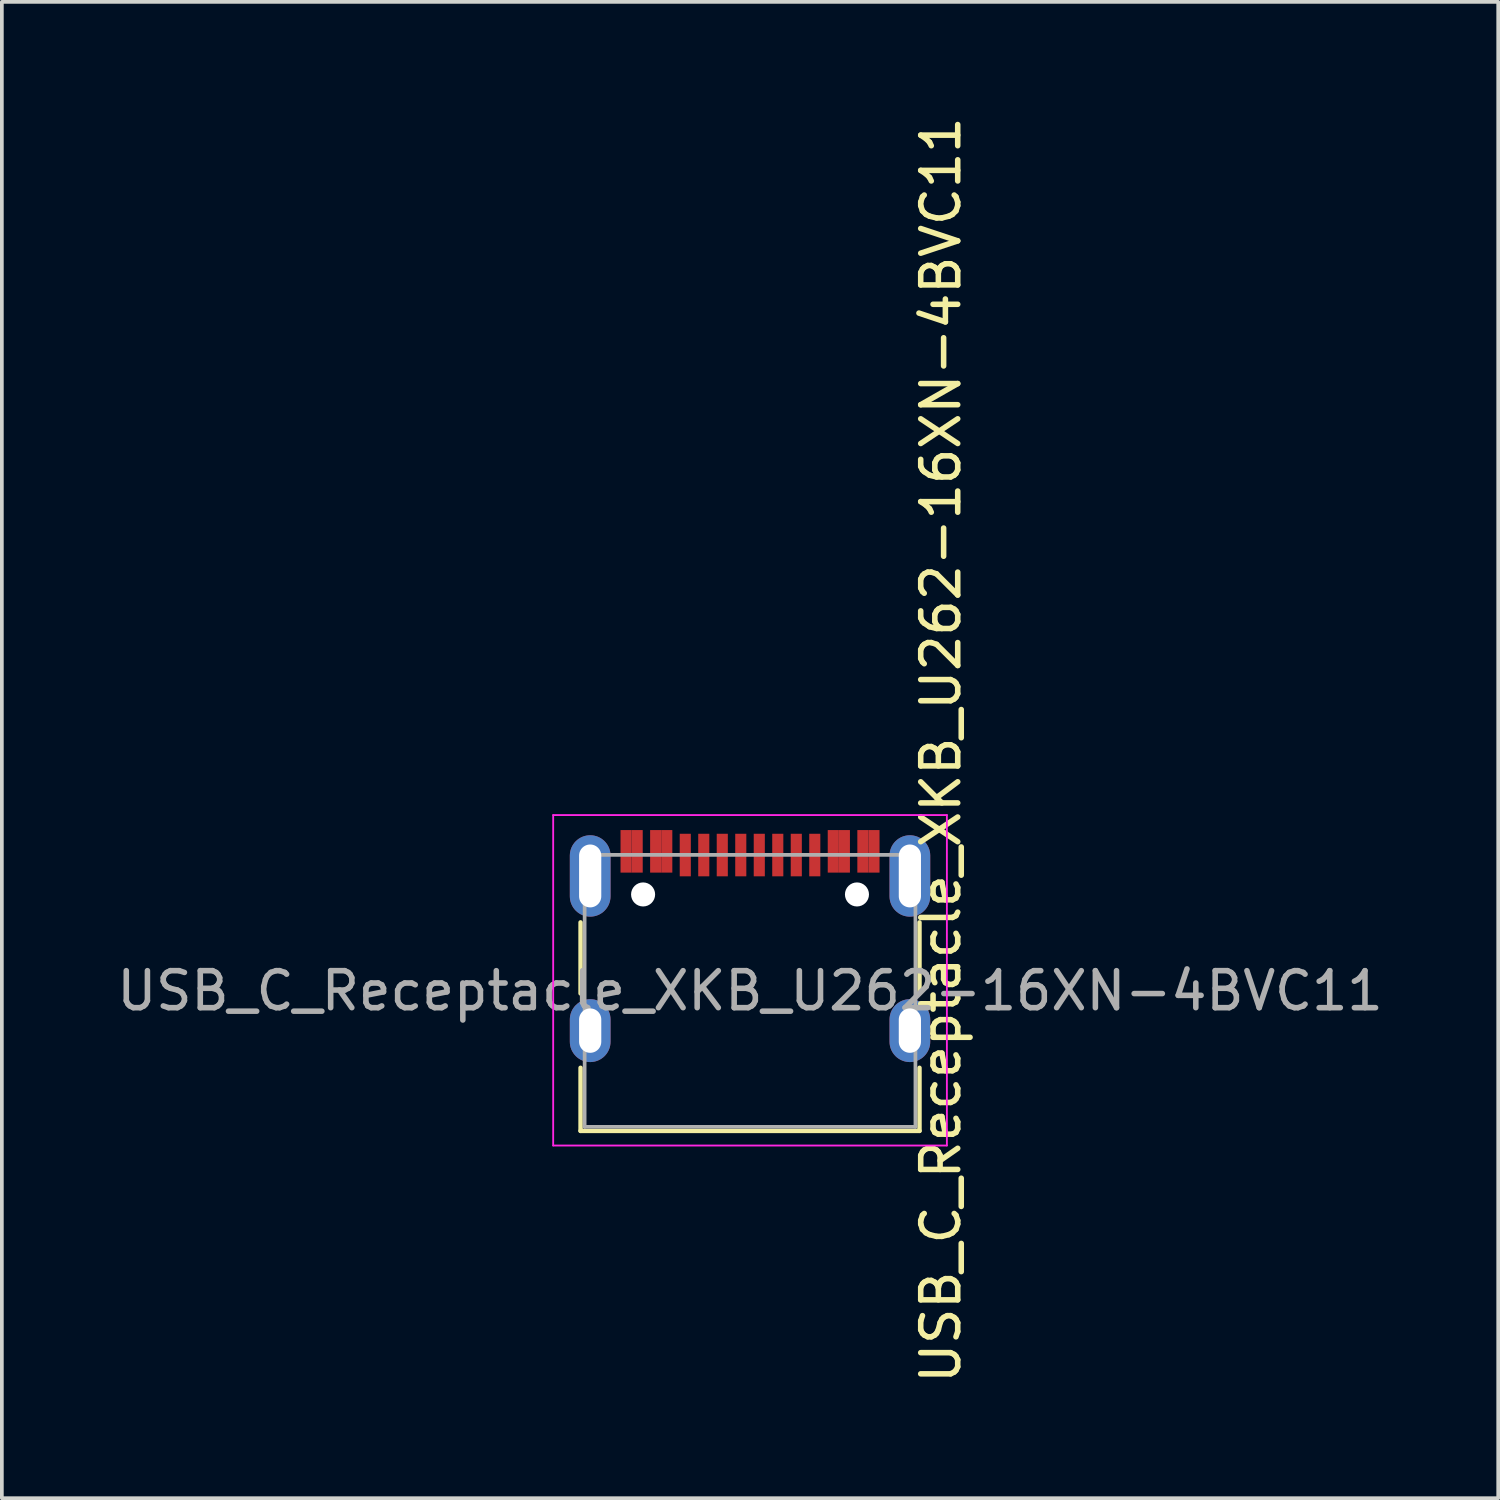
<source format=kicad_pcb>
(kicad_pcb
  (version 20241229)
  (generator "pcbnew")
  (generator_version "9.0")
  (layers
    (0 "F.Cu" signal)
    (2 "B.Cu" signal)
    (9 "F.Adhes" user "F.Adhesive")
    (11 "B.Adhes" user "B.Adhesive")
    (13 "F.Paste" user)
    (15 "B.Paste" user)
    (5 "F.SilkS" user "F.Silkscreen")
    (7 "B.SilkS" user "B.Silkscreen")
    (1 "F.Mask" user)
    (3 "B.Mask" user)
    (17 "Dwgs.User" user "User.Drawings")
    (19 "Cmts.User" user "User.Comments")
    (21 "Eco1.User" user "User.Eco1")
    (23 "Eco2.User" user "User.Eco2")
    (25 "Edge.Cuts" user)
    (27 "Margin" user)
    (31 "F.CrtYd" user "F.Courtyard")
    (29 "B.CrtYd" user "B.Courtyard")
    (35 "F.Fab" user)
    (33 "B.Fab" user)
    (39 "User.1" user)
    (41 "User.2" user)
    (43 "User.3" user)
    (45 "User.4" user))
  (footprint "USB_C_Receptacle_XKB_U262-16XN-4BVC11"
    (layer "F.Cu")
    (at 17.22 23.728)
    (property "Reference" "USB_C_Receptacle_XKB_U262-16XN-4BVC11" (at 5.158 -6.507 90) (layer "F.SilkS") (effects (font (size 1 1) (thickness 0.15))))
    (attr smd)
    (fp_line (start -4.58 -1.85) (end -4.58 0.07) (stroke (width 0.12) (type solid)) (layer "F.SilkS"))
    (fp_line (start -4.58 3.785) (end -4.58 2.08) (stroke (width 0.12) (type solid)) (layer "F.SilkS"))
    (fp_line (start 4.58 0.07) (end 4.58 -1.85) (stroke (width 0.12) (type solid)) (layer "F.SilkS"))
    (fp_line (start 4.58 2.08) (end 4.58 3.785) (stroke (width 0.12) (type solid)) (layer "F.SilkS"))
    (fp_line (start 4.58 3.785) (end -4.58 3.785) (stroke (width 0.12) (type solid)) (layer "F.SilkS"))
    (fp_line (start -5.32 -4.75) (end 5.32 -4.75) (stroke (width 0.05) (type solid)) (layer "F.CrtYd"))
    (fp_line (start -5.32 4.18) (end -5.32 -4.75) (stroke (width 0.05) (type solid)) (layer "F.CrtYd"))
    (fp_line (start 5.32 -4.75) (end 5.32 4.18) (stroke (width 0.05) (type solid)) (layer "F.CrtYd"))
    (fp_line (start 5.32 4.18) (end -5.32 4.18) (stroke (width 0.05) (type solid)) (layer "F.CrtYd"))
    (fp_line (start -4.47 -3.675) (end -4.47 3.675) (stroke (width 0.1) (type solid)) (layer "F.Fab"))
    (fp_line (start -4.47 -3.675) (end 4.47 -3.675) (stroke (width 0.1) (type solid)) (layer "F.Fab"))
    (fp_line (start -4.47 3.675) (end 4.47 3.675) (stroke (width 0.1) (type solid)) (layer "F.Fab"))
    (fp_line (start 4.47 3.675) (end 4.47 -3.675) (stroke (width 0.1) (type solid)) (layer "F.Fab"))
    (fp_text user "${REFERENCE}" (at 0 0 0) (layer "F.Fab") (effects (font (size 1 1) (thickness 0.15))))
    (pad "" np_thru_hole circle (at -2.89 -2.605) (size 0.65 0.65) (drill 0.65) (layers "*.Cu" "*.Mask"))
    (pad "" np_thru_hole circle (at 2.89 -2.605) (size 0.65 0.65) (drill 0.65) (layers "*.Cu" "*.Mask"))
    (pad "A1" smd rect (at -3.35 -3.77) (size 0.3 1.15) (layers "F.Cu" "F.Mask" "F.Paste"))
    (pad "A4" smd rect (at -2.55 -3.77) (size 0.3 1.15) (layers "F.Cu" "F.Mask" "F.Paste"))
    (pad "A5" smd rect (at -1.25 -3.67) (size 0.3 1.15) (layers "F.Cu" "F.Mask" "F.Paste"))
    (pad "A6" smd rect (at -0.25 -3.67) (size 0.3 1.15) (layers "F.Cu" "F.Mask" "F.Paste"))
    (pad "A7" smd rect (at 0.25 -3.67) (size 0.3 1.15) (layers "F.Cu" "F.Mask" "F.Paste"))
    (pad "A8" smd rect (at 1.25 -3.67) (size 0.3 1.15) (layers "F.Cu" "F.Mask" "F.Paste"))
    (pad "A9" smd rect (at 2.55 -3.77) (size 0.3 1.15) (layers "F.Cu" "F.Mask" "F.Paste"))
    (pad "A12" smd rect (at 3.35 -3.77) (size 0.3 1.15) (layers "F.Cu" "F.Mask" "F.Paste"))
    (pad "B1" smd rect (at 3.05 -3.77) (size 0.3 1.15) (layers "F.Cu" "F.Mask" "F.Paste"))
    (pad "B4" smd rect (at 2.25 -3.77) (size 0.3 1.15) (layers "F.Cu" "F.Mask" "F.Paste"))
    (pad "B5" smd rect (at 1.75 -3.67) (size 0.3 1.15) (layers "F.Cu" "F.Mask" "F.Paste"))
    (pad "B6" smd rect (at 0.75 -3.67) (size 0.3 1.15) (layers "F.Cu" "F.Mask" "F.Paste"))
    (pad "B7" smd rect (at -0.75 -3.67) (size 0.3 1.15) (layers "F.Cu" "F.Mask" "F.Paste"))
    (pad "B8" smd rect (at -1.75 -3.67) (size 0.3 1.15) (layers "F.Cu" "F.Mask" "F.Paste"))
    (pad "B9" smd rect (at -2.25 -3.77) (size 0.3 1.15) (layers "F.Cu" "F.Mask" "F.Paste"))
    (pad "B12" smd rect (at -3.05 -3.77) (size 0.3 1.15) (layers "F.Cu" "F.Mask" "F.Paste"))
    (pad "S1" thru_hole oval (at -4.32 -3.105) (size 1.1 2.2) (drill oval 0.6 1.7) (layers "*.Cu" "*.Mask"))
    (pad "S1" thru_hole oval (at -4.32 1.075) (size 1.1 1.7) (drill oval 0.6 1.2) (layers "*.Cu" "*.Mask"))
    (pad "S1" thru_hole oval (at 4.32 -3.105) (size 1.1 2.2) (drill oval 0.6 1.7) (layers "*.Cu" "*.Mask"))
    (pad "S1" thru_hole oval (at 4.32 1.075) (size 1.1 1.7) (drill oval 0.6 1.2) (layers "*.Cu" "*.Mask")))
  (gr_rect
    (start -3 -3)
    (end 37.44 37.44)
    (stroke (width 0.1) (type default))
    (fill no)
    (layer "Edge.Cuts")))
</source>
